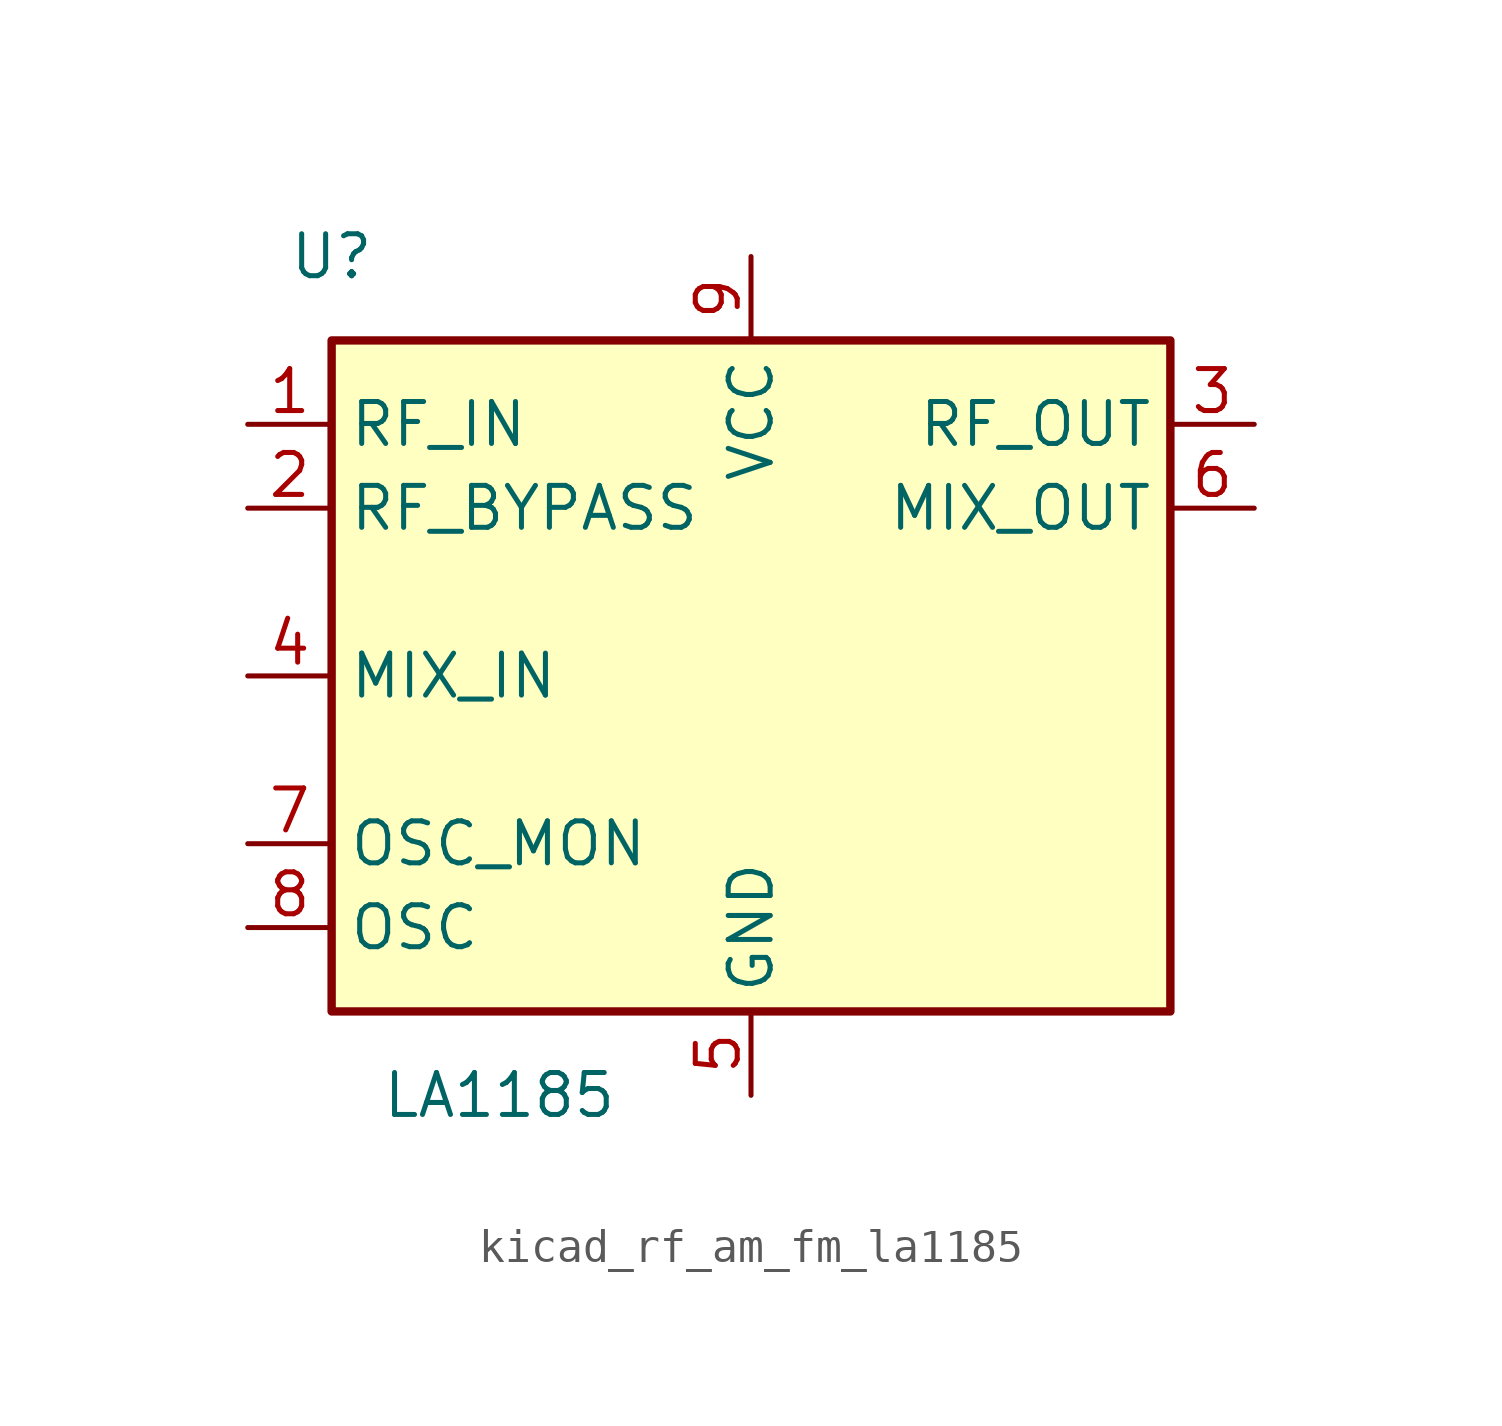
<source format=kicad_sym>
(kicad_symbol_lib
  (version 20220914)
  (generator kicad_symbol_editor)
  (symbol "kicad_rf_am_fm_la1185"
    (property "Reference" "U"
      (at -12.7 12.7 0)
      (effects (font (size 1.27 1.27))))
    (property "Value" "LA1185"
      (at -7.62 -12.7 0)
      (effects (font (size 1.27 1.27))))
    (symbol "kicad_rf_am_fm_la1185_0_1"
      (rectangle (start -12.7 10.16) (end 12.7 -10.16) (stroke (width 0.254) (type default)) (fill (type background))))
    (symbol "kicad_rf_am_fm_la1185_1_1"
      (pin input line (at -15.24 7.62 0) (length 2.54) (name "RF_IN" (effects (font (size 1.27 1.27)))) (number "1" (effects (font (size 1.27 1.27)))))
      (pin passive line (at -15.24 5.08 0) (length 2.54) (name "RF_BYPASS" (effects (font (size 1.27 1.27)))) (number "2" (effects (font (size 1.27 1.27)))))
      (pin output line (at 15.24 7.62 180) (length 2.54) (name "RF_OUT" (effects (font (size 1.27 1.27)))) (number "3" (effects (font (size 1.27 1.27)))))
      (pin input line (at -15.24 0 0) (length 2.54) (name "MIX_IN" (effects (font (size 1.27 1.27)))) (number "4" (effects (font (size 1.27 1.27)))))
      (pin power_in line (at 0 -12.7 90) (length 2.54) (name "GND" (effects (font (size 1.27 1.27)))) (number "5" (effects (font (size 1.27 1.27)))))
      (pin output line (at 15.24 5.08 180) (length 2.54) (name "MIX_OUT" (effects (font (size 1.27 1.27)))) (number "6" (effects (font (size 1.27 1.27)))))
      (pin passive line (at -15.24 -5.08 0) (length 2.54) (name "OSC_MON" (effects (font (size 1.27 1.27)))) (number "7" (effects (font (size 1.27 1.27)))))
      (pin output line (at -15.24 -7.62 0) (length 2.54) (name "OSC" (effects (font (size 1.27 1.27)))) (number "8" (effects (font (size 1.27 1.27)))))
      (pin power_in line (at 0 12.7 270) (length 2.54) (name "VCC" (effects (font (size 1.27 1.27)))) (number "9" (effects (font (size 1.27 1.27))))))))
</source>
